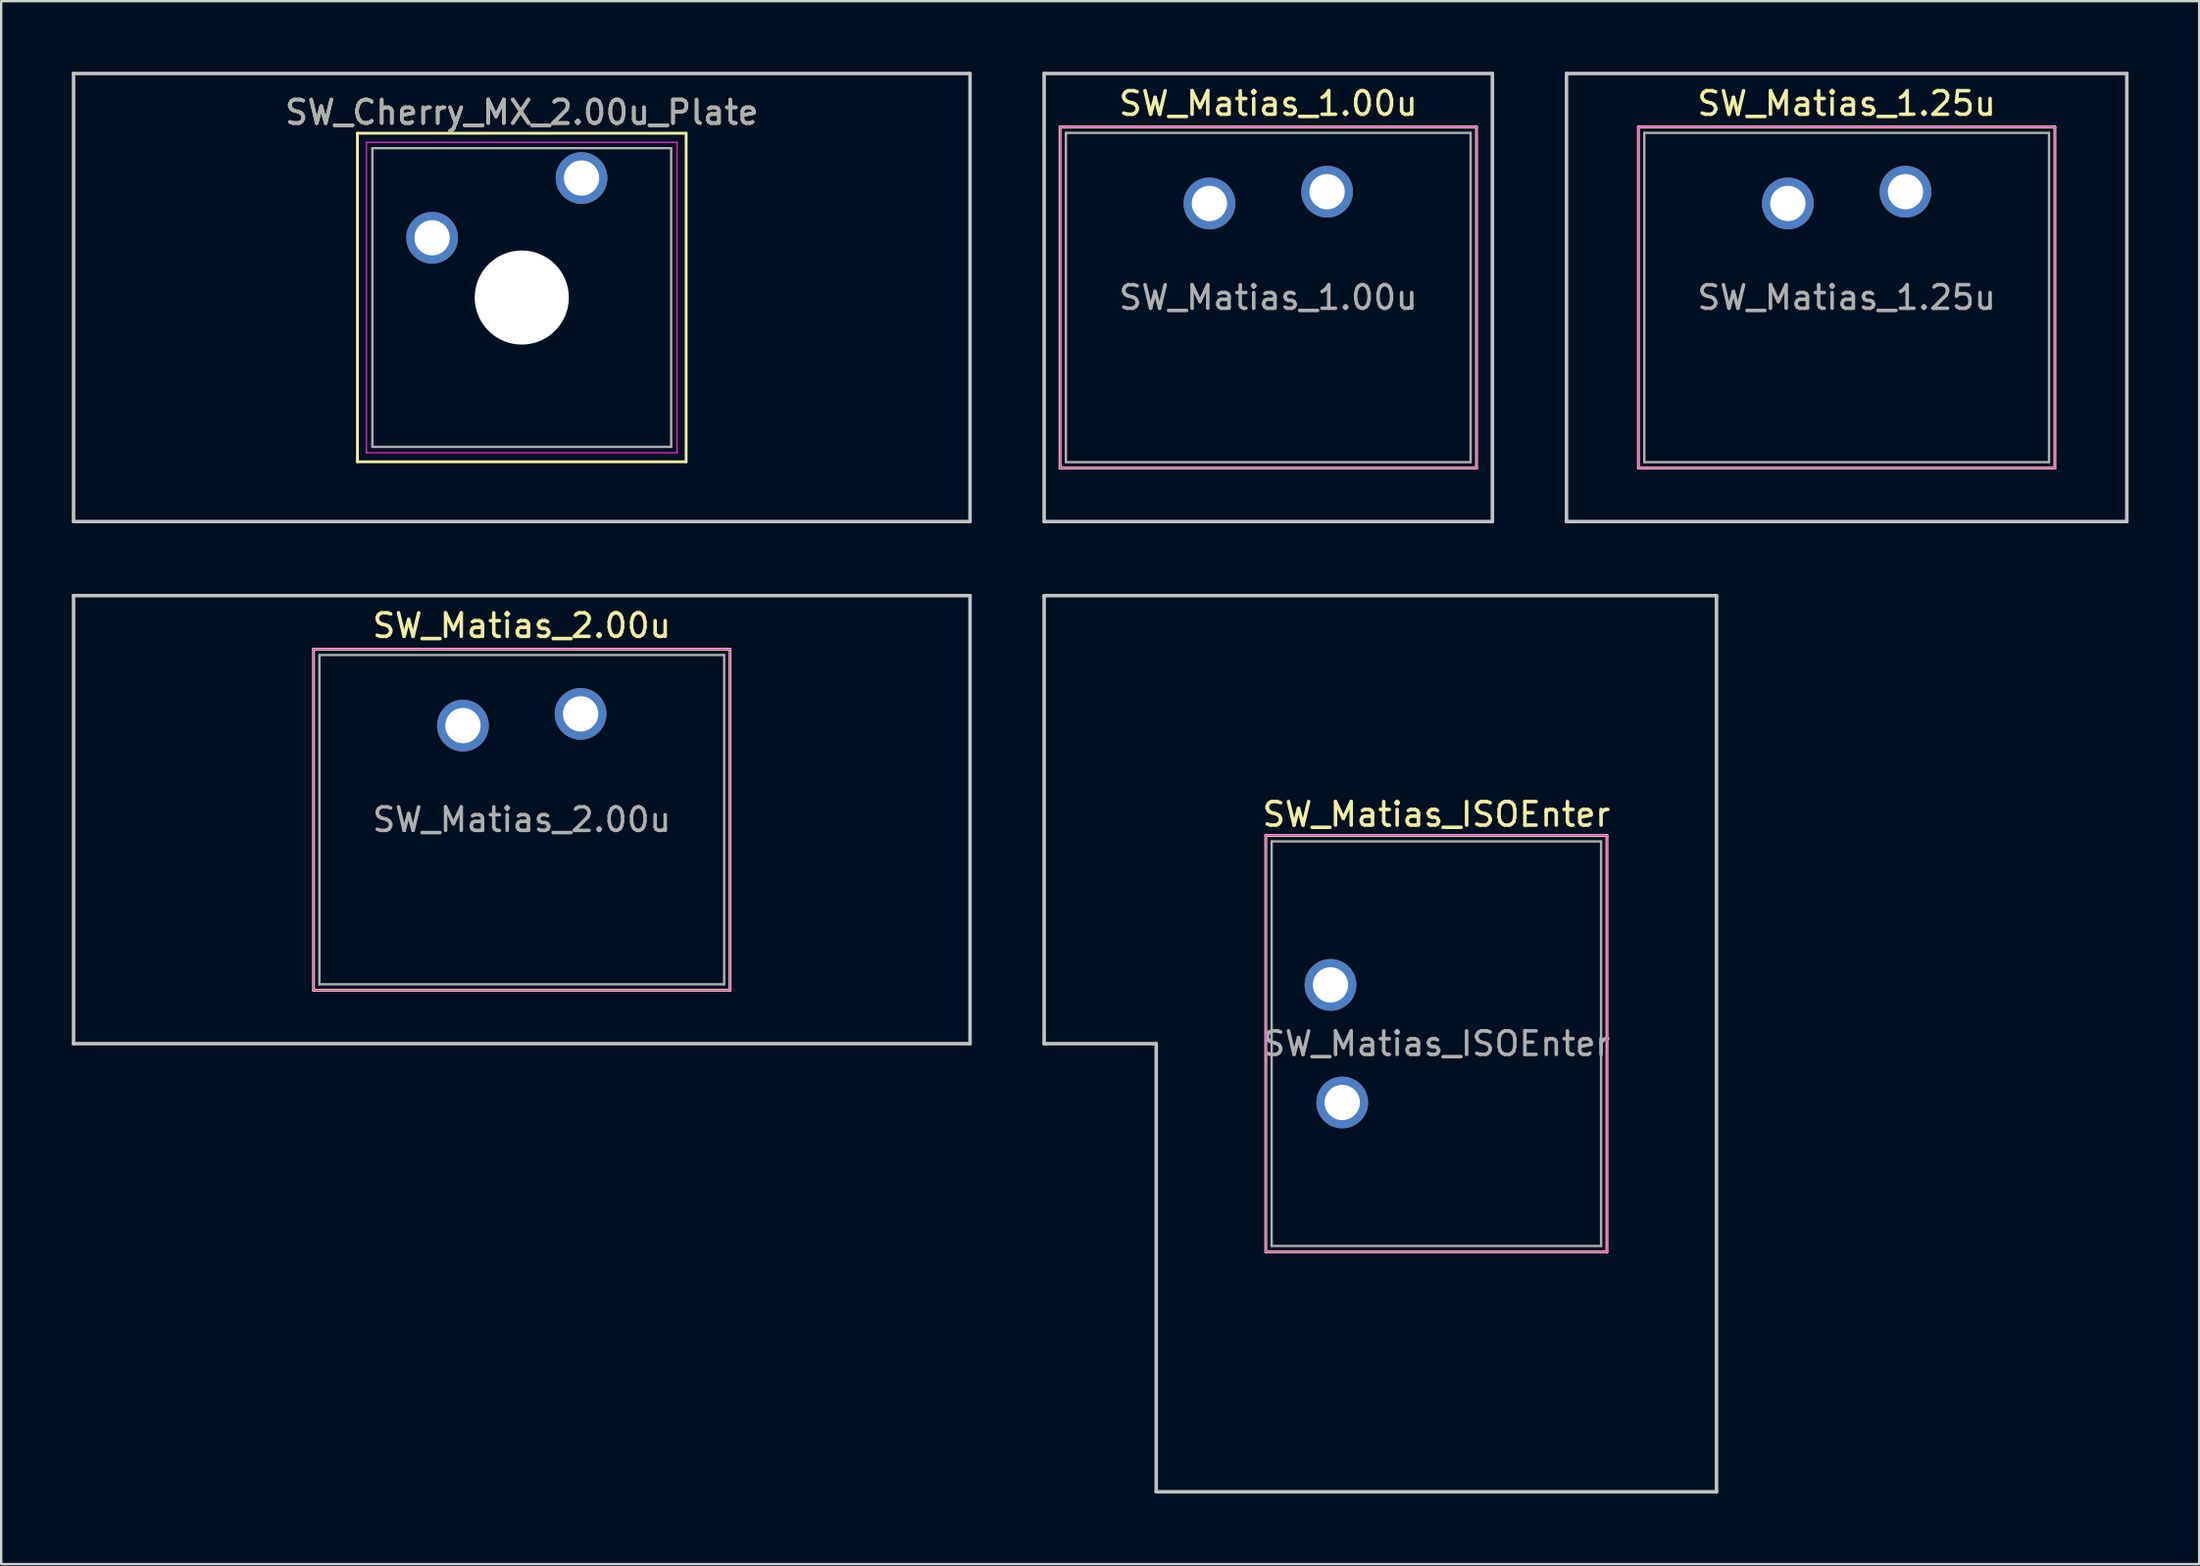
<source format=kicad_pcb>
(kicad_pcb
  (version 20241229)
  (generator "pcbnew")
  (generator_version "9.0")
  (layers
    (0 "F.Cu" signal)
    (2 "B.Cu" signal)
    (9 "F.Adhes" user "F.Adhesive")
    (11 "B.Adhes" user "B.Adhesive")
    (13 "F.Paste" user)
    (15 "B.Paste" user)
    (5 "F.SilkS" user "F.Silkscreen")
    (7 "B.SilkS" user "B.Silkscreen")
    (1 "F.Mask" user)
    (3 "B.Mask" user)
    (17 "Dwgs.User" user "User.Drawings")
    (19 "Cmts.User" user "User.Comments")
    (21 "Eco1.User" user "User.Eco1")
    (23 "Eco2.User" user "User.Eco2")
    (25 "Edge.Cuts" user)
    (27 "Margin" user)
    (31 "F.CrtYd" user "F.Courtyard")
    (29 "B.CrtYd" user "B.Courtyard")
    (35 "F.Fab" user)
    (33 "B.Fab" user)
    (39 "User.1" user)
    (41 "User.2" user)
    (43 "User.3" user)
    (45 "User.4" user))
  (footprint "SW_Cherry_MX_2.00u_Plate"
    (layer "F.Cu")
    (at 21.665 4.52)
    (property "Reference" "SW_Cherry_MX_2.00u_Plate" (at -2.54 -2.794 0) (layer "F.SilkS") (effects (font (size 1 1) (thickness 0.15))))
    (attr through_hole)
    (fp_line (start -9.525 -1.905) (end 4.445 -1.905) (stroke (width 0.12) (type solid)) (layer "F.SilkS"))
    (fp_line (start -9.525 12.065) (end -9.525 -1.905) (stroke (width 0.12) (type solid)) (layer "F.SilkS"))
    (fp_line (start 4.445 -1.905) (end 4.445 12.065) (stroke (width 0.12) (type solid)) (layer "F.SilkS"))
    (fp_line (start 4.445 12.065) (end -9.525 12.065) (stroke (width 0.12) (type solid)) (layer "F.SilkS"))
    (fp_line (start -21.59 -4.445) (end 16.51 -4.445) (stroke (width 0.15) (type solid)) (layer "Dwgs.User"))
    (fp_line (start -21.59 14.605) (end -21.59 -4.445) (stroke (width 0.15) (type solid)) (layer "Dwgs.User"))
    (fp_line (start 16.51 -4.445) (end 16.51 14.605) (stroke (width 0.15) (type solid)) (layer "Dwgs.User"))
    (fp_line (start 16.51 14.605) (end -21.59 14.605) (stroke (width 0.15) (type solid)) (layer "Dwgs.User"))
    (fp_line (start -9.14 -1.52) (end 4.06 -1.52) (stroke (width 0.05) (type solid)) (layer "F.CrtYd"))
    (fp_line (start -9.14 11.68) (end -9.14 -1.52) (stroke (width 0.05) (type solid)) (layer "F.CrtYd"))
    (fp_line (start 4.06 -1.52) (end 4.06 11.68) (stroke (width 0.05) (type solid)) (layer "F.CrtYd"))
    (fp_line (start 4.06 11.68) (end -9.14 11.68) (stroke (width 0.05) (type solid)) (layer "F.CrtYd"))
    (fp_line (start -8.89 -1.27) (end 3.81 -1.27) (stroke (width 0.1) (type solid)) (layer "F.Fab"))
    (fp_line (start -8.89 11.43) (end -8.89 -1.27) (stroke (width 0.1) (type solid)) (layer "F.Fab"))
    (fp_line (start 3.81 -1.27) (end 3.81 11.43) (stroke (width 0.1) (type solid)) (layer "F.Fab"))
    (fp_line (start 3.81 11.43) (end -8.89 11.43) (stroke (width 0.1) (type solid)) (layer "F.Fab"))
    (fp_text user "${REFERENCE}" (at -2.54 -2.794 0) (layer "F.Fab") (effects (font (size 1 1) (thickness 0.15))))
    (pad "" np_thru_hole circle (at -2.54 5.08) (size 4 4) (drill 4) (layers "*.Cu" "*.Mask"))
    (pad "1" thru_hole circle (at 0 0) (size 2.2 2.2) (drill 1.5) (layers "*.Cu" "*.Mask"))
    (pad "2" thru_hole circle (at -6.35 2.54) (size 2.2 2.2) (drill 1.5) (layers "*.Cu" "*.Mask")))
  (footprint "SW_Matias_1.25u"
    (layer "F.Cu")
    (at 77.931 5.1)
    (property "Reference" "SW_Matias_1.25u" (at -2.5 -3.75 0) (layer "F.SilkS") (effects (font (size 1 1) (thickness 0.15))))
    (attr through_hole)
    (fp_line (start -11.35 -2.75) (end 6.35 -2.75) (stroke (width 0.12) (type solid)) (layer "F.SilkS"))
    (fp_line (start -11.35 11.75) (end -11.35 -2.75) (stroke (width 0.12) (type solid)) (layer "F.SilkS"))
    (fp_line (start 6.35 -2.75) (end 6.35 11.75) (stroke (width 0.12) (type solid)) (layer "F.SilkS"))
    (fp_line (start 6.35 11.75) (end -11.35 11.75) (stroke (width 0.12) (type solid)) (layer "F.SilkS"))
    (fp_line (start -14.406 -5.025) (end 9.406 -5.025) (stroke (width 0.15) (type solid)) (layer "Dwgs.User"))
    (fp_line (start -14.406 14.025) (end -14.406 -5.025) (stroke (width 0.15) (type solid)) (layer "Dwgs.User"))
    (fp_line (start 9.406 -5.025) (end 9.406 14.025) (stroke (width 0.15) (type solid)) (layer "Dwgs.User"))
    (fp_line (start 9.406 14.025) (end -14.406 14.025) (stroke (width 0.15) (type solid)) (layer "Dwgs.User"))
    (fp_line (start -11.35 -2.75) (end -11.35 11.75) (stroke (width 0.05) (type solid)) (layer "F.CrtYd"))
    (fp_line (start -11.35 -2.75) (end 6.35 -2.75) (stroke (width 0.05) (type solid)) (layer "F.CrtYd"))
    (fp_line (start -11.35 11.75) (end 6.35 11.75) (stroke (width 0.05) (type solid)) (layer "F.CrtYd"))
    (fp_line (start 6.35 11.75) (end 6.35 -2.75) (stroke (width 0.05) (type solid)) (layer "F.CrtYd"))
    (fp_line (start -11.1 -2.5) (end 6.1 -2.5) (stroke (width 0.1) (type solid)) (layer "F.Fab"))
    (fp_line (start -11.1 11.5) (end -11.1 -2.5) (stroke (width 0.1) (type solid)) (layer "F.Fab"))
    (fp_line (start 6.1 -2.5) (end 6.1 11.5) (stroke (width 0.1) (type solid)) (layer "F.Fab"))
    (fp_line (start 6.1 11.5) (end -11.1 11.5) (stroke (width 0.1) (type solid)) (layer "F.Fab"))
    (fp_text user "${REFERENCE}" (at -2.5 4.5 0) (layer "F.Fab") (effects (font (size 1 1) (thickness 0.15))))
    (pad "1" thru_hole circle (at 0 0) (size 2.2 2.2) (drill 1.5) (layers "*.Cu" "*.Mask"))
    (pad "2" thru_hole circle (at -5 0.5) (size 2.2 2.2) (drill 1.5) (layers "*.Cu" "*.Mask")))
  (footprint "SW_Matias_2.00u"
    (layer "F.Cu")
    (at 21.625 27.3)
    (property "Reference" "SW_Matias_2.00u" (at -2.5 -3.75 0) (layer "F.SilkS") (effects (font (size 1 1) (thickness 0.15))))
    (attr through_hole)
    (fp_line (start -11.35 -2.75) (end 6.35 -2.75) (stroke (width 0.12) (type solid)) (layer "F.SilkS"))
    (fp_line (start -11.35 11.75) (end -11.35 -2.75) (stroke (width 0.12) (type solid)) (layer "F.SilkS"))
    (fp_line (start 6.35 -2.75) (end 6.35 11.75) (stroke (width 0.12) (type solid)) (layer "F.SilkS"))
    (fp_line (start 6.35 11.75) (end -11.35 11.75) (stroke (width 0.12) (type solid)) (layer "F.SilkS"))
    (fp_line (start -21.55 -5.025) (end 16.55 -5.025) (stroke (width 0.15) (type solid)) (layer "Dwgs.User"))
    (fp_line (start -21.55 14.025) (end -21.55 -5.025) (stroke (width 0.15) (type solid)) (layer "Dwgs.User"))
    (fp_line (start 16.55 -5.025) (end 16.55 14.025) (stroke (width 0.15) (type solid)) (layer "Dwgs.User"))
    (fp_line (start 16.55 14.025) (end -21.55 14.025) (stroke (width 0.15) (type solid)) (layer "Dwgs.User"))
    (fp_line (start -11.35 -2.75) (end -11.35 11.75) (stroke (width 0.05) (type solid)) (layer "F.CrtYd"))
    (fp_line (start -11.35 -2.75) (end 6.35 -2.75) (stroke (width 0.05) (type solid)) (layer "F.CrtYd"))
    (fp_line (start -11.35 11.75) (end 6.35 11.75) (stroke (width 0.05) (type solid)) (layer "F.CrtYd"))
    (fp_line (start 6.35 11.75) (end 6.35 -2.75) (stroke (width 0.05) (type solid)) (layer "F.CrtYd"))
    (fp_line (start -11.1 -2.5) (end 6.1 -2.5) (stroke (width 0.1) (type solid)) (layer "F.Fab"))
    (fp_line (start -11.1 11.5) (end -11.1 -2.5) (stroke (width 0.1) (type solid)) (layer "F.Fab"))
    (fp_line (start 6.1 -2.5) (end 6.1 11.5) (stroke (width 0.1) (type solid)) (layer "F.Fab"))
    (fp_line (start 6.1 11.5) (end -11.1 11.5) (stroke (width 0.1) (type solid)) (layer "F.Fab"))
    (fp_text user "${REFERENCE}" (at -2.5 4.5 0) (layer "F.Fab") (effects (font (size 1 1) (thickness 0.15))))
    (pad "1" thru_hole circle (at 0 0) (size 2.2 2.2) (drill 1.5) (layers "*.Cu" "*.Mask"))
    (pad "2" thru_hole circle (at -5 0.5) (size 2.2 2.2) (drill 1.5) (layers "*.Cu" "*.Mask")))
  (footprint "SW_Matias_1.00u"
    (layer "F.Cu")
    (at 53.35 5.1)
    (property "Reference" "SW_Matias_1.00u" (at -2.5 -3.75 0) (layer "F.SilkS") (effects (font (size 1 1) (thickness 0.15))))
    (attr through_hole)
    (fp_line (start -11.35 -2.75) (end 6.35 -2.75) (stroke (width 0.12) (type solid)) (layer "F.SilkS"))
    (fp_line (start -11.35 11.75) (end -11.35 -2.75) (stroke (width 0.12) (type solid)) (layer "F.SilkS"))
    (fp_line (start 6.35 -2.75) (end 6.35 11.75) (stroke (width 0.12) (type solid)) (layer "F.SilkS"))
    (fp_line (start 6.35 11.75) (end -11.35 11.75) (stroke (width 0.12) (type solid)) (layer "F.SilkS"))
    (fp_line (start -12.025 -5.025) (end 7.025 -5.025) (stroke (width 0.15) (type solid)) (layer "Dwgs.User"))
    (fp_line (start -12.025 14.025) (end -12.025 -5.025) (stroke (width 0.15) (type solid)) (layer "Dwgs.User"))
    (fp_line (start 7.025 -5.025) (end 7.025 14.025) (stroke (width 0.15) (type solid)) (layer "Dwgs.User"))
    (fp_line (start 7.025 14.025) (end -12.025 14.025) (stroke (width 0.15) (type solid)) (layer "Dwgs.User"))
    (fp_line (start -11.35 -2.75) (end -11.35 11.75) (stroke (width 0.05) (type solid)) (layer "F.CrtYd"))
    (fp_line (start -11.35 -2.75) (end 6.35 -2.75) (stroke (width 0.05) (type solid)) (layer "F.CrtYd"))
    (fp_line (start -11.35 11.75) (end 6.35 11.75) (stroke (width 0.05) (type solid)) (layer "F.CrtYd"))
    (fp_line (start 6.35 11.75) (end 6.35 -2.75) (stroke (width 0.05) (type solid)) (layer "F.CrtYd"))
    (fp_line (start -11.1 -2.5) (end 6.1 -2.5) (stroke (width 0.1) (type solid)) (layer "F.Fab"))
    (fp_line (start -11.1 11.5) (end -11.1 -2.5) (stroke (width 0.1) (type solid)) (layer "F.Fab"))
    (fp_line (start 6.1 -2.5) (end 6.1 11.5) (stroke (width 0.1) (type solid)) (layer "F.Fab"))
    (fp_line (start 6.1 11.5) (end -11.1 11.5) (stroke (width 0.1) (type solid)) (layer "F.Fab"))
    (fp_text user "${REFERENCE}" (at -2.5 4.5 0) (layer "F.Fab") (effects (font (size 1 1) (thickness 0.15))))
    (pad "1" thru_hole circle (at 0 0) (size 2.2 2.2) (drill 1.5) (layers "*.Cu" "*.Mask"))
    (pad "2" thru_hole circle (at -5 0.5) (size 2.2 2.2) (drill 1.5) (layers "*.Cu" "*.Mask")))
  (footprint "SW_Matias_ISOEnter"
    (layer "F.Cu")
    (at 53.494 38.825)
    (property "Reference" "SW_Matias_ISOEnter" (at 4.5 -7.25 0) (layer "F.SilkS") (effects (font (size 1 1) (thickness 0.15))))
    (attr through_hole)
    (fp_line (start -2.75 -6.35) (end 11.75 -6.35) (stroke (width 0.12) (type solid)) (layer "F.SilkS"))
    (fp_line (start -2.75 11.35) (end -2.75 -6.35) (stroke (width 0.12) (type solid)) (layer "F.SilkS"))
    (fp_line (start 11.75 -6.35) (end 11.75 11.35) (stroke (width 0.12) (type solid)) (layer "F.SilkS"))
    (fp_line (start 11.75 11.35) (end -2.75 11.35) (stroke (width 0.12) (type solid)) (layer "F.SilkS"))
    (fp_line (start -12.169 -16.55) (end -12.169 2.5) (stroke (width 0.15) (type solid)) (layer "Dwgs.User"))
    (fp_line (start -12.169 -16.55) (end 16.406 -16.55) (stroke (width 0.15) (type solid)) (layer "Dwgs.User"))
    (fp_line (start -12.169 2.5) (end -7.406 2.5) (stroke (width 0.15) (type solid)) (layer "Dwgs.User"))
    (fp_line (start -7.406 21.55) (end -7.406 2.5) (stroke (width 0.15) (type solid)) (layer "Dwgs.User"))
    (fp_line (start 16.406 -16.55) (end 16.406 21.55) (stroke (width 0.15) (type solid)) (layer "Dwgs.User"))
    (fp_line (start 16.406 21.55) (end -7.406 21.55) (stroke (width 0.15) (type solid)) (layer "Dwgs.User"))
    (fp_line (start -2.75 11.35) (end -2.75 -6.35) (stroke (width 0.05) (type solid)) (layer "F.CrtYd"))
    (fp_line (start -2.75 11.35) (end 11.75 11.35) (stroke (width 0.05) (type solid)) (layer "F.CrtYd"))
    (fp_line (start 11.75 -6.35) (end -2.75 -6.35) (stroke (width 0.05) (type solid)) (layer "F.CrtYd"))
    (fp_line (start 11.75 11.35) (end 11.75 -6.35) (stroke (width 0.05) (type solid)) (layer "F.CrtYd"))
    (fp_line (start -2.5 -6.1) (end 11.5 -6.1) (stroke (width 0.1) (type solid)) (layer "F.Fab"))
    (fp_line (start -2.5 11.1) (end -2.5 -6.1) (stroke (width 0.1) (type solid)) (layer "F.Fab"))
    (fp_line (start 11.5 -6.1) (end 11.5 11.1) (stroke (width 0.1) (type solid)) (layer "F.Fab"))
    (fp_line (start 11.5 11.1) (end -2.5 11.1) (stroke (width 0.1) (type solid)) (layer "F.Fab"))
    (fp_text user "${REFERENCE}" (at 4.5 2.5 180) (layer "F.Fab") (effects (font (size 1 1) (thickness 0.15))))
    (pad "1" thru_hole circle (at 0 0) (size 2.2 2.2) (drill 1.5) (layers "*.Cu" "*.Mask"))
    (pad "2" thru_hole circle (at 0.5 5) (size 2.2 2.2) (drill 1.5) (layers "*.Cu" "*.Mask")))
  (gr_rect
    (start -3 -3)
    (end 90.412 63.45)
    (stroke (width 0.1) (type default))
    (fill no)
    (layer "Edge.Cuts")))
</source>
